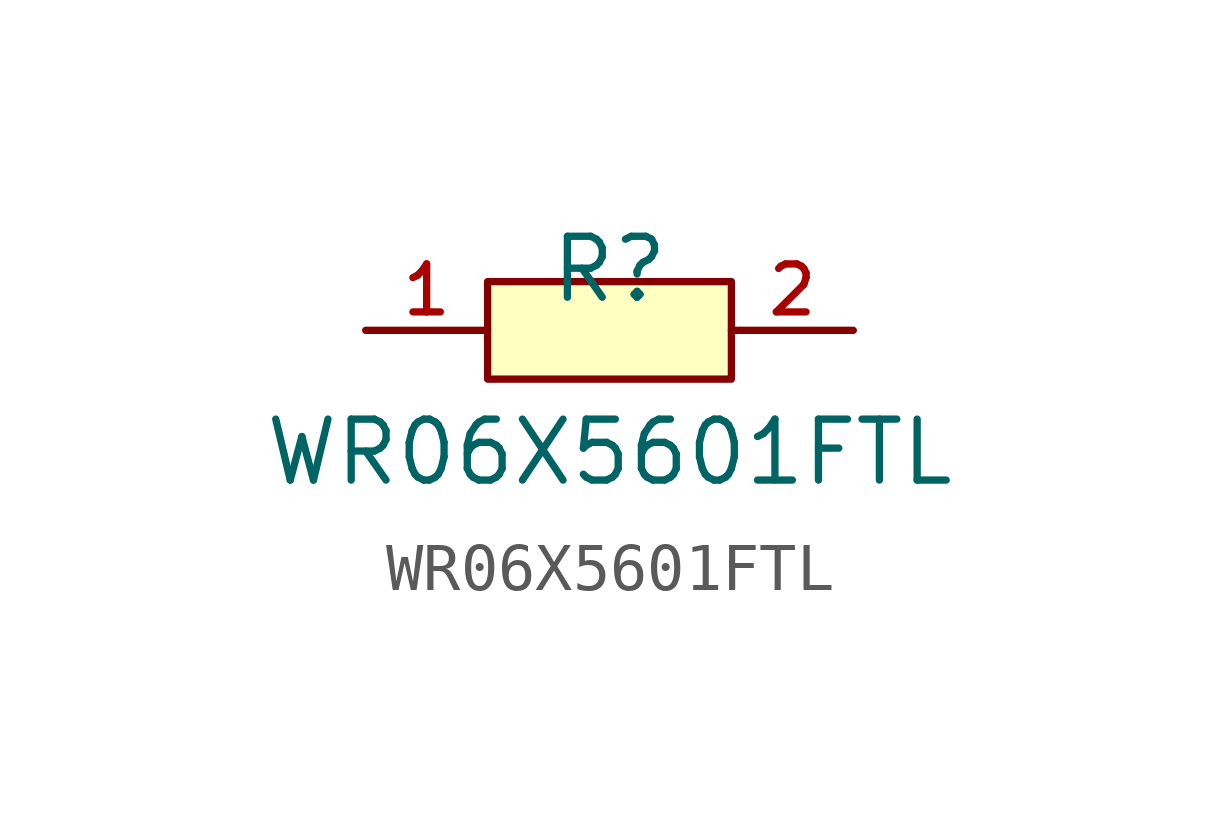
<source format=kicad_sym>
(kicad_symbol_lib
  (version 20210201)
  (generator TousstNicolas/JLC2KiCad_lib)
  (symbol "WR06X5601FTL"
    (pin_names hide)
    (property "Reference" "R"
      (at 0 1.27 0)
      (effects (font (size 1.27 1.27))))
    (property "Value" "WR06X5601FTL"
      (at 0 -2.54 0)
      (effects (font (size 1.27 1.27))))
    (symbol "WR06X5601FTL_0_1"
      (rectangle (start -2.54 1.016) (end 2.54 -1.016) (stroke (width 0) (type default) (color 0 0 0 0)) (fill (type background)))
      (pin unspecified line (at 5.08 -0.0 180) (length 2.54) (name "2" (effects (font (size 1 1)))) (number "2" (effects (font (size 1 1)))))
      (pin unspecified line (at -5.08 -0.0 0) (length 2.54) (name "1" (effects (font (size 1 1)))) (number "1" (effects (font (size 1 1))))))))
</source>
